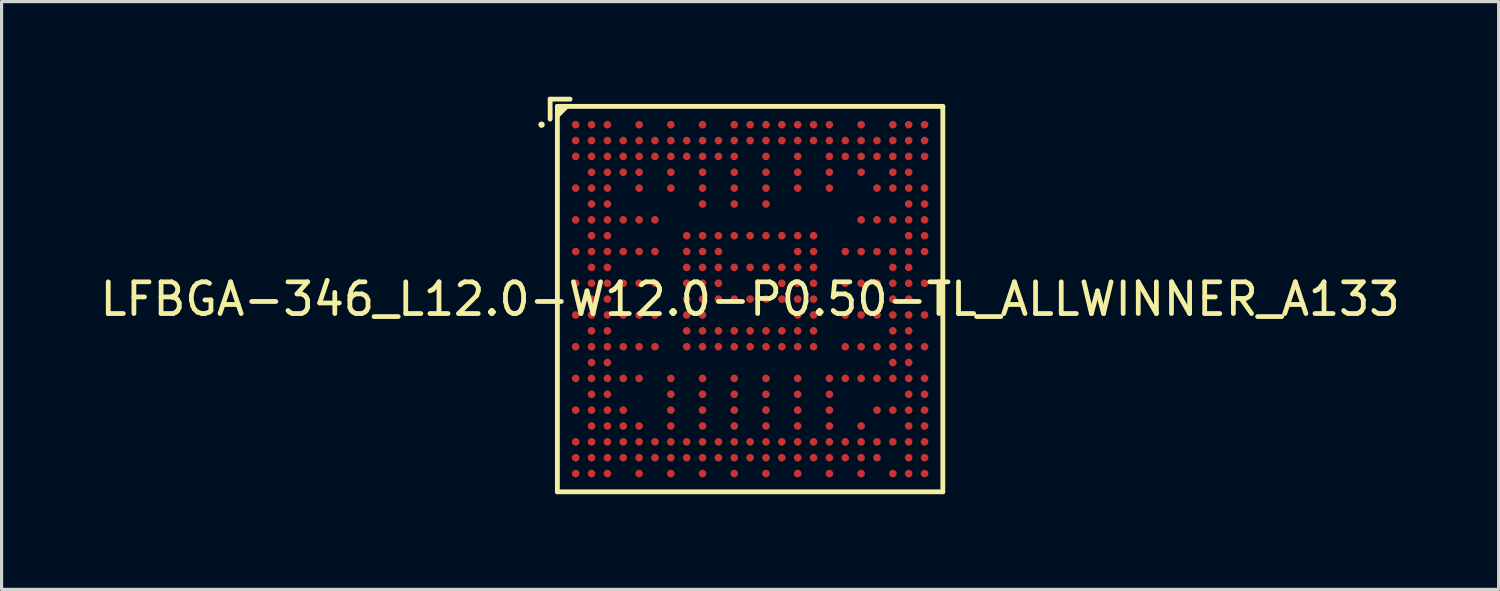
<source format=kicad_pcb>
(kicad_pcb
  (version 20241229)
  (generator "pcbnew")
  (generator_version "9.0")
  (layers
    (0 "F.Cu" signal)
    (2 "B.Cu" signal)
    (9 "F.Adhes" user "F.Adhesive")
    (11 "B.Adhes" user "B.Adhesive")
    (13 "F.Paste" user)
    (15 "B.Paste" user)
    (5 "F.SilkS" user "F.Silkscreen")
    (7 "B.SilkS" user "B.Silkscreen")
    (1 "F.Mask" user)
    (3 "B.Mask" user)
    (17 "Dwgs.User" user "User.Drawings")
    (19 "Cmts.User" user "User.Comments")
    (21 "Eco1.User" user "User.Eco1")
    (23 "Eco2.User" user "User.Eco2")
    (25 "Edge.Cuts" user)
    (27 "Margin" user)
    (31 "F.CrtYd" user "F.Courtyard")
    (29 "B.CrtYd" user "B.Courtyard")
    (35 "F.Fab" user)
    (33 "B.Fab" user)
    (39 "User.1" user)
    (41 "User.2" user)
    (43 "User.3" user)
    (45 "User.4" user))
  (footprint "LFBGA-346_L12.0-W12.0-P0.50-TL_ALLWINNER_A133"
    (layer "F.Cu")
    (at 20.601 6.381)
    (property "Reference" "LFBGA-346_L12.0-W12.0-P0.50-TL_ALLWINNER_A133" (at 0 0 0) (layer "F.SilkS") (effects (font (size 1 1) (thickness 0.15))))
    (fp_line (start -6.305 -6.305) (end -5.676 -6.305) (stroke (width 0.152) (type default)) (layer "F.SilkS"))
    (fp_line (start -6.305 -5.676) (end -6.305 -6.305) (stroke (width 0.152) (type default)) (layer "F.SilkS"))
    (fp_line (start -6.077 -6.077) (end 6.076 -6.077) (stroke (width 0.152) (type default)) (layer "F.SilkS"))
    (fp_line (start -6.077 6.076) (end -6.077 -6.077) (stroke (width 0.152) (type default)) (layer "F.SilkS"))
    (fp_line (start 6.076 -6.077) (end 6.076 6.076) (stroke (width 0.152) (type default)) (layer "F.SilkS"))
    (fp_line (start 6.076 6.076) (end -6.077 6.076) (stroke (width 0.152) (type default)) (layer "F.SilkS"))
    (fp_circle (center -6.576 -5.5) (end -6.526 -5.5) (stroke (width 0.1) (type default)) (fill no) (layer "F.SilkS"))
    (fp_poly (pts (xy -6.077 -6.077) (xy -5.676 -6.077) (xy -6.077 -5.676)) (stroke (width 0) (type default)) (fill yes) (layer "F.SilkS"))
    (pad "A1" smd circle (at -5.5 -5.5) (size 0.24 0.24) (layers "F.Cu" "F.Mask" "F.Paste"))
    (pad "A2" smd circle (at -5 -5.5) (size 0.24 0.24) (layers "F.Cu" "F.Mask" "F.Paste"))
    (pad "A3" smd circle (at -4.5 -5.5) (size 0.24 0.24) (layers "F.Cu" "F.Mask" "F.Paste"))
    (pad "A5" smd circle (at -3.5 -5.5) (size 0.24 0.24) (layers "F.Cu" "F.Mask" "F.Paste"))
    (pad "A7" smd circle (at -2.5 -5.5) (size 0.24 0.24) (layers "F.Cu" "F.Mask" "F.Paste"))
    (pad "A9" smd circle (at -1.5 -5.5) (size 0.24 0.24) (layers "F.Cu" "F.Mask" "F.Paste"))
    (pad "A11" smd circle (at -0.5 -5.5) (size 0.24 0.24) (layers "F.Cu" "F.Mask" "F.Paste"))
    (pad "A12" smd circle (at 0 -5.5) (size 0.24 0.24) (layers "F.Cu" "F.Mask" "F.Paste"))
    (pad "A13" smd circle (at 0.5 -5.5) (size 0.24 0.24) (layers "F.Cu" "F.Mask" "F.Paste"))
    (pad "A14" smd circle (at 1 -5.5) (size 0.24 0.24) (layers "F.Cu" "F.Mask" "F.Paste"))
    (pad "A15" smd circle (at 1.5 -5.5) (size 0.24 0.24) (layers "F.Cu" "F.Mask" "F.Paste"))
    (pad "A16" smd circle (at 2 -5.5) (size 0.24 0.24) (layers "F.Cu" "F.Mask" "F.Paste"))
    (pad "A17" smd circle (at 2.5 -5.5) (size 0.24 0.24) (layers "F.Cu" "F.Mask" "F.Paste"))
    (pad "A19" smd circle (at 3.5 -5.5) (size 0.24 0.24) (layers "F.Cu" "F.Mask" "F.Paste"))
    (pad "A21" smd circle (at 4.5 -5.5) (size 0.24 0.24) (layers "F.Cu" "F.Mask" "F.Paste"))
    (pad "A22" smd circle (at 5 -5.5) (size 0.24 0.24) (layers "F.Cu" "F.Mask" "F.Paste"))
    (pad "A23" smd circle (at 5.5 -5.5) (size 0.24 0.24) (layers "F.Cu" "F.Mask" "F.Paste"))
    (pad "AA1" smd circle (at -5.5 4.5) (size 0.24 0.24) (layers "F.Cu" "F.Mask" "F.Paste"))
    (pad "AA2" smd circle (at -5 4.5) (size 0.24 0.24) (layers "F.Cu" "F.Mask" "F.Paste"))
    (pad "AA3" smd circle (at -4.5 4.5) (size 0.24 0.24) (layers "F.Cu" "F.Mask" "F.Paste"))
    (pad "AA4" smd circle (at -4 4.5) (size 0.24 0.24) (layers "F.Cu" "F.Mask" "F.Paste"))
    (pad "AA5" smd circle (at -3.5 4.5) (size 0.24 0.24) (layers "F.Cu" "F.Mask" "F.Paste"))
    (pad "AA6" smd circle (at -3 4.5) (size 0.24 0.24) (layers "F.Cu" "F.Mask" "F.Paste"))
    (pad "AA7" smd circle (at -2.5 4.5) (size 0.24 0.24) (layers "F.Cu" "F.Mask" "F.Paste"))
    (pad "AA8" smd circle (at -2 4.5) (size 0.24 0.24) (layers "F.Cu" "F.Mask" "F.Paste"))
    (pad "AA9" smd circle (at -1.5 4.5) (size 0.24 0.24) (layers "F.Cu" "F.Mask" "F.Paste"))
    (pad "AA10" smd circle (at -1 4.5) (size 0.24 0.24) (layers "F.Cu" "F.Mask" "F.Paste"))
    (pad "AA11" smd circle (at -0.5 4.5) (size 0.24 0.24) (layers "F.Cu" "F.Mask" "F.Paste"))
    (pad "AA12" smd circle (at 0 4.5) (size 0.24 0.24) (layers "F.Cu" "F.Mask" "F.Paste"))
    (pad "AA13" smd circle (at 0.5 4.5) (size 0.24 0.24) (layers "F.Cu" "F.Mask" "F.Paste"))
    (pad "AA14" smd circle (at 1 4.5) (size 0.24 0.24) (layers "F.Cu" "F.Mask" "F.Paste"))
    (pad "AA15" smd circle (at 1.5 4.5) (size 0.24 0.24) (layers "F.Cu" "F.Mask" "F.Paste"))
    (pad "AA16" smd circle (at 2 4.5) (size 0.24 0.24) (layers "F.Cu" "F.Mask" "F.Paste"))
    (pad "AA17" smd circle (at 2.5 4.5) (size 0.24 0.24) (layers "F.Cu" "F.Mask" "F.Paste"))
    (pad "AA18" smd circle (at 3 4.5) (size 0.24 0.24) (layers "F.Cu" "F.Mask" "F.Paste"))
    (pad "AA19" smd circle (at 3.5 4.5) (size 0.24 0.24) (layers "F.Cu" "F.Mask" "F.Paste"))
    (pad "AA20" smd circle (at 4 4.5) (size 0.24 0.24) (layers "F.Cu" "F.Mask" "F.Paste"))
    (pad "AA21" smd circle (at 4.5 4.5) (size 0.24 0.24) (layers "F.Cu" "F.Mask" "F.Paste"))
    (pad "AA22" smd circle (at 5 4.5) (size 0.24 0.24) (layers "F.Cu" "F.Mask" "F.Paste"))
    (pad "AA23" smd circle (at 5.5 4.5) (size 0.24 0.24) (layers "F.Cu" "F.Mask" "F.Paste"))
    (pad "AB1" smd circle (at -5.5 5) (size 0.24 0.24) (layers "F.Cu" "F.Mask" "F.Paste"))
    (pad "AB2" smd circle (at -5 5) (size 0.24 0.24) (layers "F.Cu" "F.Mask" "F.Paste"))
    (pad "AB3" smd circle (at -4.5 5) (size 0.24 0.24) (layers "F.Cu" "F.Mask" "F.Paste"))
    (pad "AB4" smd circle (at -4 5) (size 0.24 0.24) (layers "F.Cu" "F.Mask" "F.Paste"))
    (pad "AB5" smd circle (at -3.5 5) (size 0.24 0.24) (layers "F.Cu" "F.Mask" "F.Paste"))
    (pad "AB6" smd circle (at -3 5) (size 0.24 0.24) (layers "F.Cu" "F.Mask" "F.Paste"))
    (pad "AB7" smd circle (at -2.5 5) (size 0.24 0.24) (layers "F.Cu" "F.Mask" "F.Paste"))
    (pad "AB8" smd circle (at -2 5) (size 0.24 0.24) (layers "F.Cu" "F.Mask" "F.Paste"))
    (pad "AB9" smd circle (at -1.5 5) (size 0.24 0.24) (layers "F.Cu" "F.Mask" "F.Paste"))
    (pad "AB10" smd circle (at -1 5) (size 0.24 0.24) (layers "F.Cu" "F.Mask" "F.Paste"))
    (pad "AB11" smd circle (at -0.5 5) (size 0.24 0.24) (layers "F.Cu" "F.Mask" "F.Paste"))
    (pad "AB12" smd circle (at 0 5) (size 0.24 0.24) (layers "F.Cu" "F.Mask" "F.Paste"))
    (pad "AB13" smd circle (at 0.5 5) (size 0.24 0.24) (layers "F.Cu" "F.Mask" "F.Paste"))
    (pad "AB14" smd circle (at 1 5) (size 0.24 0.24) (layers "F.Cu" "F.Mask" "F.Paste"))
    (pad "AB15" smd circle (at 1.5 5) (size 0.24 0.24) (layers "F.Cu" "F.Mask" "F.Paste"))
    (pad "AB16" smd circle (at 2 5) (size 0.24 0.24) (layers "F.Cu" "F.Mask" "F.Paste"))
    (pad "AB17" smd circle (at 2.5 5) (size 0.24 0.24) (layers "F.Cu" "F.Mask" "F.Paste"))
    (pad "AB18" smd circle (at 3 5) (size 0.24 0.24) (layers "F.Cu" "F.Mask" "F.Paste"))
    (pad "AB19" smd circle (at 3.5 5) (size 0.24 0.24) (layers "F.Cu" "F.Mask" "F.Paste"))
    (pad "AB20" smd circle (at 4 5) (size 0.24 0.24) (layers "F.Cu" "F.Mask" "F.Paste"))
    (pad "AB22" smd circle (at 5 5) (size 0.24 0.24) (layers "F.Cu" "F.Mask" "F.Paste"))
    (pad "AB23" smd circle (at 5.5 5) (size 0.24 0.24) (layers "F.Cu" "F.Mask" "F.Paste"))
    (pad "AC1" smd circle (at -5.5 5.5) (size 0.24 0.24) (layers "F.Cu" "F.Mask" "F.Paste"))
    (pad "AC2" smd circle (at -5 5.5) (size 0.24 0.24) (layers "F.Cu" "F.Mask" "F.Paste"))
    (pad "AC3" smd circle (at -4.5 5.5) (size 0.24 0.24) (layers "F.Cu" "F.Mask" "F.Paste"))
    (pad "AC5" smd circle (at -3.5 5.5) (size 0.24 0.24) (layers "F.Cu" "F.Mask" "F.Paste"))
    (pad "AC7" smd circle (at -2.5 5.5) (size 0.24 0.24) (layers "F.Cu" "F.Mask" "F.Paste"))
    (pad "AC9" smd circle (at -1.5 5.5) (size 0.24 0.24) (layers "F.Cu" "F.Mask" "F.Paste"))
    (pad "AC11" smd circle (at -0.5 5.5) (size 0.24 0.24) (layers "F.Cu" "F.Mask" "F.Paste"))
    (pad "AC13" smd circle (at 0.5 5.5) (size 0.24 0.24) (layers "F.Cu" "F.Mask" "F.Paste"))
    (pad "AC15" smd circle (at 1.5 5.5) (size 0.24 0.24) (layers "F.Cu" "F.Mask" "F.Paste"))
    (pad "AC17" smd circle (at 2.5 5.5) (size 0.24 0.24) (layers "F.Cu" "F.Mask" "F.Paste"))
    (pad "AC19" smd circle (at 3.5 5.5) (size 0.24 0.24) (layers "F.Cu" "F.Mask" "F.Paste"))
    (pad "AC21" smd circle (at 4.5 5.5) (size 0.24 0.24) (layers "F.Cu" "F.Mask" "F.Paste"))
    (pad "AC22" smd circle (at 5 5.5) (size 0.24 0.24) (layers "F.Cu" "F.Mask" "F.Paste"))
    (pad "AC23" smd circle (at 5.5 5.5) (size 0.24 0.24) (layers "F.Cu" "F.Mask" "F.Paste"))
    (pad "B1" smd circle (at -5.5 -5) (size 0.24 0.24) (layers "F.Cu" "F.Mask" "F.Paste"))
    (pad "B2" smd circle (at -5 -5) (size 0.24 0.24) (layers "F.Cu" "F.Mask" "F.Paste"))
    (pad "B3" smd circle (at -4.5 -5) (size 0.24 0.24) (layers "F.Cu" "F.Mask" "F.Paste"))
    (pad "B4" smd circle (at -4 -5) (size 0.24 0.24) (layers "F.Cu" "F.Mask" "F.Paste"))
    (pad "B5" smd circle (at -3.5 -5) (size 0.24 0.24) (layers "F.Cu" "F.Mask" "F.Paste"))
    (pad "B6" smd circle (at -3 -5) (size 0.24 0.24) (layers "F.Cu" "F.Mask" "F.Paste"))
    (pad "B7" smd circle (at -2.5 -5) (size 0.24 0.24) (layers "F.Cu" "F.Mask" "F.Paste"))
    (pad "B8" smd circle (at -2 -5) (size 0.24 0.24) (layers "F.Cu" "F.Mask" "F.Paste"))
    (pad "B9" smd circle (at -1.5 -5) (size 0.24 0.24) (layers "F.Cu" "F.Mask" "F.Paste"))
    (pad "B10" smd circle (at -1 -5) (size 0.24 0.24) (layers "F.Cu" "F.Mask" "F.Paste"))
    (pad "B11" smd circle (at -0.5 -5) (size 0.24 0.24) (layers "F.Cu" "F.Mask" "F.Paste"))
    (pad "B12" smd circle (at 0 -5) (size 0.24 0.24) (layers "F.Cu" "F.Mask" "F.Paste"))
    (pad "B13" smd circle (at 0.5 -5) (size 0.24 0.24) (layers "F.Cu" "F.Mask" "F.Paste"))
    (pad "B14" smd circle (at 1 -5) (size 0.24 0.24) (layers "F.Cu" "F.Mask" "F.Paste"))
    (pad "B15" smd circle (at 1.5 -5) (size 0.24 0.24) (layers "F.Cu" "F.Mask" "F.Paste"))
    (pad "B16" smd circle (at 2 -5) (size 0.24 0.24) (layers "F.Cu" "F.Mask" "F.Paste"))
    (pad "B17" smd circle (at 2.5 -5) (size 0.24 0.24) (layers "F.Cu" "F.Mask" "F.Paste"))
    (pad "B18" smd circle (at 3 -5) (size 0.24 0.24) (layers "F.Cu" "F.Mask" "F.Paste"))
    (pad "B19" smd circle (at 3.5 -5) (size 0.24 0.24) (layers "F.Cu" "F.Mask" "F.Paste"))
    (pad "B20" smd circle (at 4 -5) (size 0.24 0.24) (layers "F.Cu" "F.Mask" "F.Paste"))
    (pad "B21" smd circle (at 4.5 -5) (size 0.24 0.24) (layers "F.Cu" "F.Mask" "F.Paste"))
    (pad "B22" smd circle (at 5 -5) (size 0.24 0.24) (layers "F.Cu" "F.Mask" "F.Paste"))
    (pad "B23" smd circle (at 5.5 -5) (size 0.24 0.24) (layers "F.Cu" "F.Mask" "F.Paste"))
    (pad "C1" smd circle (at -5.5 -4.5) (size 0.24 0.24) (layers "F.Cu" "F.Mask" "F.Paste"))
    (pad "C2" smd circle (at -5 -4.5) (size 0.24 0.24) (layers "F.Cu" "F.Mask" "F.Paste"))
    (pad "C3" smd circle (at -4.5 -4.5) (size 0.24 0.24) (layers "F.Cu" "F.Mask" "F.Paste"))
    (pad "C4" smd circle (at -4 -4.5) (size 0.24 0.24) (layers "F.Cu" "F.Mask" "F.Paste"))
    (pad "C5" smd circle (at -3.5 -4.5) (size 0.24 0.24) (layers "F.Cu" "F.Mask" "F.Paste"))
    (pad "C6" smd circle (at -3 -4.5) (size 0.24 0.24) (layers "F.Cu" "F.Mask" "F.Paste"))
    (pad "C7" smd circle (at -2.5 -4.5) (size 0.24 0.24) (layers "F.Cu" "F.Mask" "F.Paste"))
    (pad "C8" smd circle (at -2 -4.5) (size 0.24 0.24) (layers "F.Cu" "F.Mask" "F.Paste"))
    (pad "C9" smd circle (at -1.5 -4.5) (size 0.24 0.24) (layers "F.Cu" "F.Mask" "F.Paste"))
    (pad "C10" smd circle (at -1 -4.5) (size 0.24 0.24) (layers "F.Cu" "F.Mask" "F.Paste"))
    (pad "C11" smd circle (at -0.5 -4.5) (size 0.24 0.24) (layers "F.Cu" "F.Mask" "F.Paste"))
    (pad "C13" smd circle (at 0.5 -4.5) (size 0.24 0.24) (layers "F.Cu" "F.Mask" "F.Paste"))
    (pad "C15" smd circle (at 1.5 -4.5) (size 0.24 0.24) (layers "F.Cu" "F.Mask" "F.Paste"))
    (pad "C17" smd circle (at 2.5 -4.5) (size 0.24 0.24) (layers "F.Cu" "F.Mask" "F.Paste"))
    (pad "C18" smd circle (at 3 -4.5) (size 0.24 0.24) (layers "F.Cu" "F.Mask" "F.Paste"))
    (pad "C19" smd circle (at 3.5 -4.5) (size 0.24 0.24) (layers "F.Cu" "F.Mask" "F.Paste"))
    (pad "C20" smd circle (at 4 -4.5) (size 0.24 0.24) (layers "F.Cu" "F.Mask" "F.Paste"))
    (pad "C21" smd circle (at 4.5 -4.5) (size 0.24 0.24) (layers "F.Cu" "F.Mask" "F.Paste"))
    (pad "C22" smd circle (at 5 -4.5) (size 0.24 0.24) (layers "F.Cu" "F.Mask" "F.Paste"))
    (pad "C23" smd circle (at 5.5 -4.5) (size 0.24 0.24) (layers "F.Cu" "F.Mask" "F.Paste"))
    (pad "D2" smd circle (at -5 -4) (size 0.24 0.24) (layers "F.Cu" "F.Mask" "F.Paste"))
    (pad "D3" smd circle (at -4.5 -4) (size 0.24 0.24) (layers "F.Cu" "F.Mask" "F.Paste"))
    (pad "D4" smd circle (at -4 -4) (size 0.24 0.24) (layers "F.Cu" "F.Mask" "F.Paste"))
    (pad "D5" smd circle (at -3.5 -4) (size 0.24 0.24) (layers "F.Cu" "F.Mask" "F.Paste"))
    (pad "D7" smd circle (at -2.5 -4) (size 0.24 0.24) (layers "F.Cu" "F.Mask" "F.Paste"))
    (pad "D9" smd circle (at -1.5 -4) (size 0.24 0.24) (layers "F.Cu" "F.Mask" "F.Paste"))
    (pad "D11" smd circle (at -0.5 -4) (size 0.24 0.24) (layers "F.Cu" "F.Mask" "F.Paste"))
    (pad "D13" smd circle (at 0.5 -4) (size 0.24 0.24) (layers "F.Cu" "F.Mask" "F.Paste"))
    (pad "D15" smd circle (at 1.5 -4) (size 0.24 0.24) (layers "F.Cu" "F.Mask" "F.Paste"))
    (pad "D17" smd circle (at 2.5 -4) (size 0.24 0.24) (layers "F.Cu" "F.Mask" "F.Paste"))
    (pad "D19" smd circle (at 3.5 -4) (size 0.24 0.24) (layers "F.Cu" "F.Mask" "F.Paste"))
    (pad "D21" smd circle (at 4.5 -4) (size 0.24 0.24) (layers "F.Cu" "F.Mask" "F.Paste"))
    (pad "D22" smd circle (at 5 -4) (size 0.24 0.24) (layers "F.Cu" "F.Mask" "F.Paste"))
    (pad "E1" smd circle (at -5.5 -3.5) (size 0.24 0.24) (layers "F.Cu" "F.Mask" "F.Paste"))
    (pad "E2" smd circle (at -5 -3.5) (size 0.24 0.24) (layers "F.Cu" "F.Mask" "F.Paste"))
    (pad "E3" smd circle (at -4.5 -3.5) (size 0.24 0.24) (layers "F.Cu" "F.Mask" "F.Paste"))
    (pad "E5" smd circle (at -3.5 -3.5) (size 0.24 0.24) (layers "F.Cu" "F.Mask" "F.Paste"))
    (pad "E7" smd circle (at -2.5 -3.5) (size 0.24 0.24) (layers "F.Cu" "F.Mask" "F.Paste"))
    (pad "E9" smd circle (at -1.5 -3.5) (size 0.24 0.24) (layers "F.Cu" "F.Mask" "F.Paste"))
    (pad "E11" smd circle (at -0.5 -3.5) (size 0.24 0.24) (layers "F.Cu" "F.Mask" "F.Paste"))
    (pad "E13" smd circle (at 0.5 -3.5) (size 0.24 0.24) (layers "F.Cu" "F.Mask" "F.Paste"))
    (pad "E15" smd circle (at 1.5 -3.5) (size 0.24 0.24) (layers "F.Cu" "F.Mask" "F.Paste"))
    (pad "E17" smd circle (at 2.5 -3.5) (size 0.24 0.24) (layers "F.Cu" "F.Mask" "F.Paste"))
    (pad "E20" smd circle (at 4 -3.5) (size 0.24 0.24) (layers "F.Cu" "F.Mask" "F.Paste"))
    (pad "E21" smd circle (at 4.5 -3.5) (size 0.24 0.24) (layers "F.Cu" "F.Mask" "F.Paste"))
    (pad "E22" smd circle (at 5 -3.5) (size 0.24 0.24) (layers "F.Cu" "F.Mask" "F.Paste"))
    (pad "E23" smd circle (at 5.5 -3.5) (size 0.24 0.24) (layers "F.Cu" "F.Mask" "F.Paste"))
    (pad "F2" smd circle (at -5 -3) (size 0.24 0.24) (layers "F.Cu" "F.Mask" "F.Paste"))
    (pad "F3" smd circle (at -4.5 -3) (size 0.24 0.24) (layers "F.Cu" "F.Mask" "F.Paste"))
    (pad "F9" smd circle (at -1.5 -3) (size 0.24 0.24) (layers "F.Cu" "F.Mask" "F.Paste"))
    (pad "F11" smd circle (at -0.5 -3) (size 0.24 0.24) (layers "F.Cu" "F.Mask" "F.Paste"))
    (pad "F13" smd circle (at 0.5 -3) (size 0.24 0.24) (layers "F.Cu" "F.Mask" "F.Paste"))
    (pad "F22" smd circle (at 5 -3) (size 0.24 0.24) (layers "F.Cu" "F.Mask" "F.Paste"))
    (pad "F23" smd circle (at 5.5 -3) (size 0.24 0.24) (layers "F.Cu" "F.Mask" "F.Paste"))
    (pad "G1" smd circle (at -5.5 -2.5) (size 0.24 0.24) (layers "F.Cu" "F.Mask" "F.Paste"))
    (pad "G2" smd circle (at -5 -2.5) (size 0.24 0.24) (layers "F.Cu" "F.Mask" "F.Paste"))
    (pad "G3" smd circle (at -4.5 -2.5) (size 0.24 0.24) (layers "F.Cu" "F.Mask" "F.Paste"))
    (pad "G4" smd circle (at -4 -2.5) (size 0.24 0.24) (layers "F.Cu" "F.Mask" "F.Paste"))
    (pad "G5" smd circle (at -3.5 -2.5) (size 0.24 0.24) (layers "F.Cu" "F.Mask" "F.Paste"))
    (pad "G6" smd circle (at -3 -2.5) (size 0.24 0.24) (layers "F.Cu" "F.Mask" "F.Paste"))
    (pad "G19" smd circle (at 3.5 -2.5) (size 0.24 0.24) (layers "F.Cu" "F.Mask" "F.Paste"))
    (pad "G20" smd circle (at 4 -2.5) (size 0.24 0.24) (layers "F.Cu" "F.Mask" "F.Paste"))
    (pad "G21" smd circle (at 4.5 -2.5) (size 0.24 0.24) (layers "F.Cu" "F.Mask" "F.Paste"))
    (pad "G22" smd circle (at 5 -2.5) (size 0.24 0.24) (layers "F.Cu" "F.Mask" "F.Paste"))
    (pad "G23" smd circle (at 5.5 -2.5) (size 0.24 0.24) (layers "F.Cu" "F.Mask" "F.Paste"))
    (pad "H2" smd circle (at -5 -2) (size 0.24 0.24) (layers "F.Cu" "F.Mask" "F.Paste"))
    (pad "H3" smd circle (at -4.5 -2) (size 0.24 0.24) (layers "F.Cu" "F.Mask" "F.Paste"))
    (pad "H8" smd circle (at -2 -2) (size 0.24 0.24) (layers "F.Cu" "F.Mask" "F.Paste"))
    (pad "H9" smd circle (at -1.5 -2) (size 0.24 0.24) (layers "F.Cu" "F.Mask" "F.Paste"))
    (pad "H10" smd circle (at -1 -2) (size 0.24 0.24) (layers "F.Cu" "F.Mask" "F.Paste"))
    (pad "H11" smd circle (at -0.5 -2) (size 0.24 0.24) (layers "F.Cu" "F.Mask" "F.Paste"))
    (pad "H12" smd circle (at 0 -2) (size 0.24 0.24) (layers "F.Cu" "F.Mask" "F.Paste"))
    (pad "H13" smd circle (at 0.5 -2) (size 0.24 0.24) (layers "F.Cu" "F.Mask" "F.Paste"))
    (pad "H14" smd circle (at 1 -2) (size 0.24 0.24) (layers "F.Cu" "F.Mask" "F.Paste"))
    (pad "H15" smd circle (at 1.5 -2) (size 0.24 0.24) (layers "F.Cu" "F.Mask" "F.Paste"))
    (pad "H16" smd circle (at 2 -2) (size 0.24 0.24) (layers "F.Cu" "F.Mask" "F.Paste"))
    (pad "H22" smd circle (at 5 -2) (size 0.24 0.24) (layers "F.Cu" "F.Mask" "F.Paste"))
    (pad "H23" smd circle (at 5.5 -2) (size 0.24 0.24) (layers "F.Cu" "F.Mask" "F.Paste"))
    (pad "J1" smd circle (at -5.5 -1.5) (size 0.24 0.24) (layers "F.Cu" "F.Mask" "F.Paste"))
    (pad "J2" smd circle (at -5 -1.5) (size 0.24 0.24) (layers "F.Cu" "F.Mask" "F.Paste"))
    (pad "J3" smd circle (at -4.5 -1.5) (size 0.24 0.24) (layers "F.Cu" "F.Mask" "F.Paste"))
    (pad "J4" smd circle (at -4 -1.5) (size 0.24 0.24) (layers "F.Cu" "F.Mask" "F.Paste"))
    (pad "J5" smd circle (at -3.5 -1.5) (size 0.24 0.24) (layers "F.Cu" "F.Mask" "F.Paste"))
    (pad "J6" smd circle (at -3 -1.5) (size 0.24 0.24) (layers "F.Cu" "F.Mask" "F.Paste"))
    (pad "J8" smd circle (at -2 -1.5) (size 0.24 0.24) (layers "F.Cu" "F.Mask" "F.Paste"))
    (pad "J9" smd circle (at -1.5 -1.5) (size 0.24 0.24) (layers "F.Cu" "F.Mask" "F.Paste"))
    (pad "J10" smd circle (at -1 -1.5) (size 0.24 0.24) (layers "F.Cu" "F.Mask" "F.Paste"))
    (pad "J15" smd circle (at 1.5 -1.5) (size 0.24 0.24) (layers "F.Cu" "F.Mask" "F.Paste"))
    (pad "J16" smd circle (at 2 -1.5) (size 0.24 0.24) (layers "F.Cu" "F.Mask" "F.Paste"))
    (pad "J18" smd circle (at 3 -1.5) (size 0.24 0.24) (layers "F.Cu" "F.Mask" "F.Paste"))
    (pad "J19" smd circle (at 3.5 -1.5) (size 0.24 0.24) (layers "F.Cu" "F.Mask" "F.Paste"))
    (pad "J20" smd circle (at 4 -1.5) (size 0.24 0.24) (layers "F.Cu" "F.Mask" "F.Paste"))
    (pad "J21" smd circle (at 4.5 -1.5) (size 0.24 0.24) (layers "F.Cu" "F.Mask" "F.Paste"))
    (pad "J22" smd circle (at 5 -1.5) (size 0.24 0.24) (layers "F.Cu" "F.Mask" "F.Paste"))
    (pad "J23" smd circle (at 5.5 -1.5) (size 0.24 0.24) (layers "F.Cu" "F.Mask" "F.Paste"))
    (pad "K2" smd circle (at -5 -1) (size 0.24 0.24) (layers "F.Cu" "F.Mask" "F.Paste"))
    (pad "K3" smd circle (at -4.5 -1) (size 0.24 0.24) (layers "F.Cu" "F.Mask" "F.Paste"))
    (pad "K8" smd circle (at -2 -1) (size 0.24 0.24) (layers "F.Cu" "F.Mask" "F.Paste"))
    (pad "K9" smd circle (at -1.5 -1) (size 0.24 0.24) (layers "F.Cu" "F.Mask" "F.Paste"))
    (pad "K10" smd circle (at -1 -1) (size 0.24 0.24) (layers "F.Cu" "F.Mask" "F.Paste"))
    (pad "K11" smd circle (at -0.5 -1) (size 0.24 0.24) (layers "F.Cu" "F.Mask" "F.Paste"))
    (pad "K12" smd circle (at 0 -1) (size 0.24 0.24) (layers "F.Cu" "F.Mask" "F.Paste"))
    (pad "K13" smd circle (at 0.5 -1) (size 0.24 0.24) (layers "F.Cu" "F.Mask" "F.Paste"))
    (pad "K14" smd circle (at 1 -1) (size 0.24 0.24) (layers "F.Cu" "F.Mask" "F.Paste"))
    (pad "K15" smd circle (at 1.5 -1) (size 0.24 0.24) (layers "F.Cu" "F.Mask" "F.Paste"))
    (pad "K16" smd circle (at 2 -1) (size 0.24 0.24) (layers "F.Cu" "F.Mask" "F.Paste"))
    (pad "K21" smd circle (at 4.5 -1) (size 0.24 0.24) (layers "F.Cu" "F.Mask" "F.Paste"))
    (pad "K22" smd circle (at 5 -1) (size 0.24 0.24) (layers "F.Cu" "F.Mask" "F.Paste"))
    (pad "L1" smd circle (at -5.5 -0.5) (size 0.24 0.24) (layers "F.Cu" "F.Mask" "F.Paste"))
    (pad "L2" smd circle (at -5 -0.5) (size 0.24 0.24) (layers "F.Cu" "F.Mask" "F.Paste"))
    (pad "L3" smd circle (at -4.5 -0.5) (size 0.24 0.24) (layers "F.Cu" "F.Mask" "F.Paste"))
    (pad "L4" smd circle (at -4 -0.5) (size 0.24 0.24) (layers "F.Cu" "F.Mask" "F.Paste"))
    (pad "L5" smd circle (at -3.5 -0.5) (size 0.24 0.24) (layers "F.Cu" "F.Mask" "F.Paste"))
    (pad "L6" smd circle (at -3 -0.5) (size 0.24 0.24) (layers "F.Cu" "F.Mask" "F.Paste"))
    (pad "L8" smd circle (at -2 -0.5) (size 0.24 0.24) (layers "F.Cu" "F.Mask" "F.Paste"))
    (pad "L9" smd circle (at -1.5 -0.5) (size 0.24 0.24) (layers "F.Cu" "F.Mask" "F.Paste"))
    (pad "L10" smd circle (at -1 -0.5) (size 0.24 0.24) (layers "F.Cu" "F.Mask" "F.Paste"))
    (pad "L14" smd circle (at 1 -0.5) (size 0.24 0.24) (layers "F.Cu" "F.Mask" "F.Paste"))
    (pad "L15" smd circle (at 1.5 -0.5) (size 0.24 0.24) (layers "F.Cu" "F.Mask" "F.Paste"))
    (pad "L16" smd circle (at 2 -0.5) (size 0.24 0.24) (layers "F.Cu" "F.Mask" "F.Paste"))
    (pad "L18" smd circle (at 3 -0.5) (size 0.24 0.24) (layers "F.Cu" "F.Mask" "F.Paste"))
    (pad "L19" smd circle (at 3.5 -0.5) (size 0.24 0.24) (layers "F.Cu" "F.Mask" "F.Paste"))
    (pad "L20" smd circle (at 4 -0.5) (size 0.24 0.24) (layers "F.Cu" "F.Mask" "F.Paste"))
    (pad "L21" smd circle (at 4.5 -0.5) (size 0.24 0.24) (layers "F.Cu" "F.Mask" "F.Paste"))
    (pad "L22" smd circle (at 5 -0.5) (size 0.24 0.24) (layers "F.Cu" "F.Mask" "F.Paste"))
    (pad "L23" smd circle (at 5.5 -0.5) (size 0.24 0.24) (layers "F.Cu" "F.Mask" "F.Paste"))
    (pad "M2" smd circle (at -5 0) (size 0.24 0.24) (layers "F.Cu" "F.Mask" "F.Paste"))
    (pad "M3" smd circle (at -4.5 0) (size 0.24 0.24) (layers "F.Cu" "F.Mask" "F.Paste"))
    (pad "M8" smd circle (at -2 0) (size 0.24 0.24) (layers "F.Cu" "F.Mask" "F.Paste"))
    (pad "M9" smd circle (at -1.5 0) (size 0.24 0.24) (layers "F.Cu" "F.Mask" "F.Paste"))
    (pad "M10" smd circle (at -1 0) (size 0.24 0.24) (layers "F.Cu" "F.Mask" "F.Paste"))
    (pad "M11" smd circle (at -0.5 0) (size 0.24 0.24) (layers "F.Cu" "F.Mask" "F.Paste"))
    (pad "M12" smd circle (at 0 0) (size 0.24 0.24) (layers "F.Cu" "F.Mask" "F.Paste"))
    (pad "M13" smd circle (at 0.5 0) (size 0.24 0.24) (layers "F.Cu" "F.Mask" "F.Paste"))
    (pad "M14" smd circle (at 1 0) (size 0.24 0.24) (layers "F.Cu" "F.Mask" "F.Paste"))
    (pad "M15" smd circle (at 1.5 0) (size 0.24 0.24) (layers "F.Cu" "F.Mask" "F.Paste"))
    (pad "M16" smd circle (at 2 0) (size 0.24 0.24) (layers "F.Cu" "F.Mask" "F.Paste"))
    (pad "M21" smd circle (at 4.5 0) (size 0.24 0.24) (layers "F.Cu" "F.Mask" "F.Paste"))
    (pad "M22" smd circle (at 5 0) (size 0.24 0.24) (layers "F.Cu" "F.Mask" "F.Paste"))
    (pad "N1" smd circle (at -5.5 0.5) (size 0.24 0.24) (layers "F.Cu" "F.Mask" "F.Paste"))
    (pad "N2" smd circle (at -5 0.5) (size 0.24 0.24) (layers "F.Cu" "F.Mask" "F.Paste"))
    (pad "N3" smd circle (at -4.5 0.5) (size 0.24 0.24) (layers "F.Cu" "F.Mask" "F.Paste"))
    (pad "N4" smd circle (at -4 0.5) (size 0.24 0.24) (layers "F.Cu" "F.Mask" "F.Paste"))
    (pad "N5" smd circle (at -3.5 0.5) (size 0.24 0.24) (layers "F.Cu" "F.Mask" "F.Paste"))
    (pad "N6" smd circle (at -3 0.5) (size 0.24 0.24) (layers "F.Cu" "F.Mask" "F.Paste"))
    (pad "N8" smd circle (at -2 0.5) (size 0.24 0.24) (layers "F.Cu" "F.Mask" "F.Paste"))
    (pad "N9" smd circle (at -1.5 0.5) (size 0.24 0.24) (layers "F.Cu" "F.Mask" "F.Paste"))
    (pad "N15" smd circle (at 1.5 0.5) (size 0.24 0.24) (layers "F.Cu" "F.Mask" "F.Paste"))
    (pad "N16" smd circle (at 2 0.5) (size 0.24 0.24) (layers "F.Cu" "F.Mask" "F.Paste"))
    (pad "N18" smd circle (at 3 0.5) (size 0.24 0.24) (layers "F.Cu" "F.Mask" "F.Paste"))
    (pad "N19" smd circle (at 3.5 0.5) (size 0.24 0.24) (layers "F.Cu" "F.Mask" "F.Paste"))
    (pad "N20" smd circle (at 4 0.5) (size 0.24 0.24) (layers "F.Cu" "F.Mask" "F.Paste"))
    (pad "N21" smd circle (at 4.5 0.5) (size 0.24 0.24) (layers "F.Cu" "F.Mask" "F.Paste"))
    (pad "N22" smd circle (at 5 0.5) (size 0.24 0.24) (layers "F.Cu" "F.Mask" "F.Paste"))
    (pad "N23" smd circle (at 5.5 0.5) (size 0.24 0.24) (layers "F.Cu" "F.Mask" "F.Paste"))
    (pad "P2" smd circle (at -5 1) (size 0.24 0.24) (layers "F.Cu" "F.Mask" "F.Paste"))
    (pad "P3" smd circle (at -4.5 1) (size 0.24 0.24) (layers "F.Cu" "F.Mask" "F.Paste"))
    (pad "P8" smd circle (at -2 1) (size 0.24 0.24) (layers "F.Cu" "F.Mask" "F.Paste"))
    (pad "P9" smd circle (at -1.5 1) (size 0.24 0.24) (layers "F.Cu" "F.Mask" "F.Paste"))
    (pad "P10" smd circle (at -1 1) (size 0.24 0.24) (layers "F.Cu" "F.Mask" "F.Paste"))
    (pad "P11" smd circle (at -0.5 1) (size 0.24 0.24) (layers "F.Cu" "F.Mask" "F.Paste"))
    (pad "P12" smd circle (at 0 1) (size 0.24 0.24) (layers "F.Cu" "F.Mask" "F.Paste"))
    (pad "P13" smd circle (at 0.5 1) (size 0.24 0.24) (layers "F.Cu" "F.Mask" "F.Paste"))
    (pad "P14" smd circle (at 1 1) (size 0.24 0.24) (layers "F.Cu" "F.Mask" "F.Paste"))
    (pad "P15" smd circle (at 1.5 1) (size 0.24 0.24) (layers "F.Cu" "F.Mask" "F.Paste"))
    (pad "P16" smd circle (at 2 1) (size 0.24 0.24) (layers "F.Cu" "F.Mask" "F.Paste"))
    (pad "P21" smd circle (at 4.5 1) (size 0.24 0.24) (layers "F.Cu" "F.Mask" "F.Paste"))
    (pad "P22" smd circle (at 5 1) (size 0.24 0.24) (layers "F.Cu" "F.Mask" "F.Paste"))
    (pad "R1" smd circle (at -5.5 1.5) (size 0.24 0.24) (layers "F.Cu" "F.Mask" "F.Paste"))
    (pad "R2" smd circle (at -5 1.5) (size 0.24 0.24) (layers "F.Cu" "F.Mask" "F.Paste"))
    (pad "R3" smd circle (at -4.5 1.5) (size 0.24 0.24) (layers "F.Cu" "F.Mask" "F.Paste"))
    (pad "R4" smd circle (at -4 1.5) (size 0.24 0.24) (layers "F.Cu" "F.Mask" "F.Paste"))
    (pad "R5" smd circle (at -3.5 1.5) (size 0.24 0.24) (layers "F.Cu" "F.Mask" "F.Paste"))
    (pad "R6" smd circle (at -3 1.5) (size 0.24 0.24) (layers "F.Cu" "F.Mask" "F.Paste"))
    (pad "R8" smd circle (at -2 1.5) (size 0.24 0.24) (layers "F.Cu" "F.Mask" "F.Paste"))
    (pad "R9" smd circle (at -1.5 1.5) (size 0.24 0.24) (layers "F.Cu" "F.Mask" "F.Paste"))
    (pad "R10" smd circle (at -1 1.5) (size 0.24 0.24) (layers "F.Cu" "F.Mask" "F.Paste"))
    (pad "R11" smd circle (at -0.5 1.5) (size 0.24 0.24) (layers "F.Cu" "F.Mask" "F.Paste"))
    (pad "R12" smd circle (at 0 1.5) (size 0.24 0.24) (layers "F.Cu" "F.Mask" "F.Paste"))
    (pad "R13" smd circle (at 0.5 1.5) (size 0.24 0.24) (layers "F.Cu" "F.Mask" "F.Paste"))
    (pad "R14" smd circle (at 1 1.5) (size 0.24 0.24) (layers "F.Cu" "F.Mask" "F.Paste"))
    (pad "R15" smd circle (at 1.5 1.5) (size 0.24 0.24) (layers "F.Cu" "F.Mask" "F.Paste"))
    (pad "R16" smd circle (at 2 1.5) (size 0.24 0.24) (layers "F.Cu" "F.Mask" "F.Paste"))
    (pad "R18" smd circle (at 3 1.5) (size 0.24 0.24) (layers "F.Cu" "F.Mask" "F.Paste"))
    (pad "R19" smd circle (at 3.5 1.5) (size 0.24 0.24) (layers "F.Cu" "F.Mask" "F.Paste"))
    (pad "R20" smd circle (at 4 1.5) (size 0.24 0.24) (layers "F.Cu" "F.Mask" "F.Paste"))
    (pad "R21" smd circle (at 4.5 1.5) (size 0.24 0.24) (layers "F.Cu" "F.Mask" "F.Paste"))
    (pad "R22" smd circle (at 5 1.5) (size 0.24 0.24) (layers "F.Cu" "F.Mask" "F.Paste"))
    (pad "R23" smd circle (at 5.5 1.5) (size 0.24 0.24) (layers "F.Cu" "F.Mask" "F.Paste"))
    (pad "T2" smd circle (at -5 2) (size 0.24 0.24) (layers "F.Cu" "F.Mask" "F.Paste"))
    (pad "T3" smd circle (at -4.5 2) (size 0.24 0.24) (layers "F.Cu" "F.Mask" "F.Paste"))
    (pad "T21" smd circle (at 4.5 2) (size 0.24 0.24) (layers "F.Cu" "F.Mask" "F.Paste"))
    (pad "T22" smd circle (at 5 2) (size 0.24 0.24) (layers "F.Cu" "F.Mask" "F.Paste"))
    (pad "U1" smd circle (at -5.5 2.5) (size 0.24 0.24) (layers "F.Cu" "F.Mask" "F.Paste"))
    (pad "U2" smd circle (at -5 2.5) (size 0.24 0.24) (layers "F.Cu" "F.Mask" "F.Paste"))
    (pad "U3" smd circle (at -4.5 2.5) (size 0.24 0.24) (layers "F.Cu" "F.Mask" "F.Paste"))
    (pad "U4" smd circle (at -4 2.5) (size 0.24 0.24) (layers "F.Cu" "F.Mask" "F.Paste"))
    (pad "U5" smd circle (at -3.5 2.5) (size 0.24 0.24) (layers "F.Cu" "F.Mask" "F.Paste"))
    (pad "U7" smd circle (at -2.5 2.5) (size 0.24 0.24) (layers "F.Cu" "F.Mask" "F.Paste"))
    (pad "U9" smd circle (at -1.5 2.5) (size 0.24 0.24) (layers "F.Cu" "F.Mask" "F.Paste"))
    (pad "U11" smd circle (at -0.5 2.5) (size 0.24 0.24) (layers "F.Cu" "F.Mask" "F.Paste"))
    (pad "U13" smd circle (at 0.5 2.5) (size 0.24 0.24) (layers "F.Cu" "F.Mask" "F.Paste"))
    (pad "U15" smd circle (at 1.5 2.5) (size 0.24 0.24) (layers "F.Cu" "F.Mask" "F.Paste"))
    (pad "U17" smd circle (at 2.5 2.5) (size 0.24 0.24) (layers "F.Cu" "F.Mask" "F.Paste"))
    (pad "U18" smd circle (at 3 2.5) (size 0.24 0.24) (layers "F.Cu" "F.Mask" "F.Paste"))
    (pad "U19" smd circle (at 3.5 2.5) (size 0.24 0.24) (layers "F.Cu" "F.Mask" "F.Paste"))
    (pad "U20" smd circle (at 4 2.5) (size 0.24 0.24) (layers "F.Cu" "F.Mask" "F.Paste"))
    (pad "U21" smd circle (at 4.5 2.5) (size 0.24 0.24) (layers "F.Cu" "F.Mask" "F.Paste"))
    (pad "U22" smd circle (at 5 2.5) (size 0.24 0.24) (layers "F.Cu" "F.Mask" "F.Paste"))
    (pad "U23" smd circle (at 5.5 2.5) (size 0.24 0.24) (layers "F.Cu" "F.Mask" "F.Paste"))
    (pad "V2" smd circle (at -5 3) (size 0.24 0.24) (layers "F.Cu" "F.Mask" "F.Paste"))
    (pad "V3" smd circle (at -4.5 3) (size 0.24 0.24) (layers "F.Cu" "F.Mask" "F.Paste"))
    (pad "V7" smd circle (at -2.5 3) (size 0.24 0.24) (layers "F.Cu" "F.Mask" "F.Paste"))
    (pad "V9" smd circle (at -1.5 3) (size 0.24 0.24) (layers "F.Cu" "F.Mask" "F.Paste"))
    (pad "V11" smd circle (at -0.5 3) (size 0.24 0.24) (layers "F.Cu" "F.Mask" "F.Paste"))
    (pad "V13" smd circle (at 0.5 3) (size 0.24 0.24) (layers "F.Cu" "F.Mask" "F.Paste"))
    (pad "V15" smd circle (at 1.5 3) (size 0.24 0.24) (layers "F.Cu" "F.Mask" "F.Paste"))
    (pad "V17" smd circle (at 2.5 3) (size 0.24 0.24) (layers "F.Cu" "F.Mask" "F.Paste"))
    (pad "V22" smd circle (at 5 3) (size 0.24 0.24) (layers "F.Cu" "F.Mask" "F.Paste"))
    (pad "V23" smd circle (at 5.5 3) (size 0.24 0.24) (layers "F.Cu" "F.Mask" "F.Paste"))
    (pad "W1" smd circle (at -5.5 3.5) (size 0.24 0.24) (layers "F.Cu" "F.Mask" "F.Paste"))
    (pad "W2" smd circle (at -5 3.5) (size 0.24 0.24) (layers "F.Cu" "F.Mask" "F.Paste"))
    (pad "W3" smd circle (at -4.5 3.5) (size 0.24 0.24) (layers "F.Cu" "F.Mask" "F.Paste"))
    (pad "W4" smd circle (at -4 3.5) (size 0.24 0.24) (layers "F.Cu" "F.Mask" "F.Paste"))
    (pad "W7" smd circle (at -2.5 3.5) (size 0.24 0.24) (layers "F.Cu" "F.Mask" "F.Paste"))
    (pad "W9" smd circle (at -1.5 3.5) (size 0.24 0.24) (layers "F.Cu" "F.Mask" "F.Paste"))
    (pad "W11" smd circle (at -0.5 3.5) (size 0.24 0.24) (layers "F.Cu" "F.Mask" "F.Paste"))
    (pad "W13" smd circle (at 0.5 3.5) (size 0.24 0.24) (layers "F.Cu" "F.Mask" "F.Paste"))
    (pad "W15" smd circle (at 1.5 3.5) (size 0.24 0.24) (layers "F.Cu" "F.Mask" "F.Paste"))
    (pad "W17" smd circle (at 2.5 3.5) (size 0.24 0.24) (layers "F.Cu" "F.Mask" "F.Paste"))
    (pad "W20" smd circle (at 4 3.5) (size 0.24 0.24) (layers "F.Cu" "F.Mask" "F.Paste"))
    (pad "W21" smd circle (at 4.5 3.5) (size 0.24 0.24) (layers "F.Cu" "F.Mask" "F.Paste"))
    (pad "W22" smd circle (at 5 3.5) (size 0.24 0.24) (layers "F.Cu" "F.Mask" "F.Paste"))
    (pad "W23" smd circle (at 5.5 3.5) (size 0.24 0.24) (layers "F.Cu" "F.Mask" "F.Paste"))
    (pad "Y2" smd circle (at -5 4) (size 0.24 0.24) (layers "F.Cu" "F.Mask" "F.Paste"))
    (pad "Y3" smd circle (at -4.5 4) (size 0.24 0.24) (layers "F.Cu" "F.Mask" "F.Paste"))
    (pad "Y4" smd circle (at -4 4) (size 0.24 0.24) (layers "F.Cu" "F.Mask" "F.Paste"))
    (pad "Y5" smd circle (at -3.5 4) (size 0.24 0.24) (layers "F.Cu" "F.Mask" "F.Paste"))
    (pad "Y7" smd circle (at -2.5 4) (size 0.24 0.24) (layers "F.Cu" "F.Mask" "F.Paste"))
    (pad "Y9" smd circle (at -1.5 4) (size 0.24 0.24) (layers "F.Cu" "F.Mask" "F.Paste"))
    (pad "Y11" smd circle (at -0.5 4) (size 0.24 0.24) (layers "F.Cu" "F.Mask" "F.Paste"))
    (pad "Y13" smd circle (at 0.5 4) (size 0.24 0.24) (layers "F.Cu" "F.Mask" "F.Paste"))
    (pad "Y15" smd circle (at 1.5 4) (size 0.24 0.24) (layers "F.Cu" "F.Mask" "F.Paste"))
    (pad "Y17" smd circle (at 2.5 4) (size 0.24 0.24) (layers "F.Cu" "F.Mask" "F.Paste"))
    (pad "Y19" smd circle (at 3.5 4) (size 0.24 0.24) (layers "F.Cu" "F.Mask" "F.Paste"))
    (pad "Y22" smd circle (at 5 4) (size 0.24 0.24) (layers "F.Cu" "F.Mask" "F.Paste"))
    (pad "Y23" smd circle (at 5.5 4) (size 0.24 0.24) (layers "F.Cu" "F.Mask" "F.Paste")))
  (gr_rect
    (start -3 -3)
    (end 44.202 15.534)
    (stroke (width 0.1) (type default))
    (fill no)
    (layer "Edge.Cuts")))
</source>
